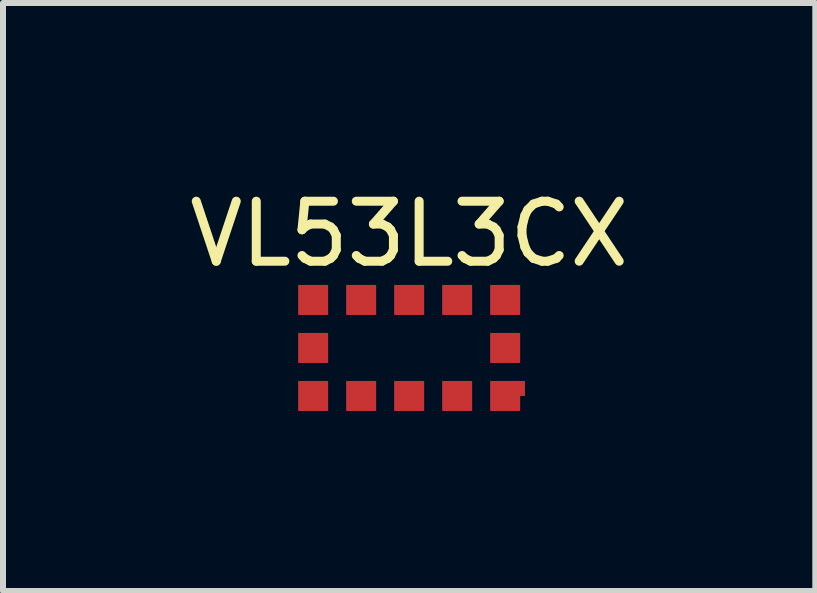
<source format=kicad_pcb>
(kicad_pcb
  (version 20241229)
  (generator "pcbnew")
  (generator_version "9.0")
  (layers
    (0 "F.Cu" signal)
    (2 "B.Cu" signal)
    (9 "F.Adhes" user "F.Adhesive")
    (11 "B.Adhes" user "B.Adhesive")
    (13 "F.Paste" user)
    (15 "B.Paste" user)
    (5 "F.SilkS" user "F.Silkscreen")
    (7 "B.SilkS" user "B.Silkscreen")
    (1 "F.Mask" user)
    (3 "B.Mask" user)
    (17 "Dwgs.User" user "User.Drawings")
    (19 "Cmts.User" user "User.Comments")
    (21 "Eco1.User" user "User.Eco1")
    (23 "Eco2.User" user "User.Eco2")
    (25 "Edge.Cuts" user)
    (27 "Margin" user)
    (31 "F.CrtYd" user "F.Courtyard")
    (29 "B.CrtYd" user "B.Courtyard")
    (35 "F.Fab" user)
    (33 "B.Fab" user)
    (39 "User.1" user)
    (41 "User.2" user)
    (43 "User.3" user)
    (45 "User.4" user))
  (footprint "VL53L3CX"
    (layer "F.Cu")
    (at 3.768 2.748)
    (property "Reference" "VL53L3CX" (at 0 -1.9 0) (unlocked yes) (layer "F.SilkS") (effects (font (size 1 1) (thickness 0.15))))
    (attr through_hole)
    (pad "1" smd custom (at 1.6 0.8) (size 0.5 0.5) (layers "F.Cu" "F.Mask" "F.Paste") (options (anchor rect)) (primitives (gr_poly (pts (xy 0.25 0) (xy 0.33 0) (xy 0.33 -0.25) (xy 0.25 -0.25)) (width 0) (fill yes))))
    (pad "2" smd rect (at 0.8 0.8) (size 0.5 0.5) (layers "F.Cu" "F.Mask" "F.Paste"))
    (pad "3" smd rect (at 0 0.8) (size 0.5 0.5) (layers "F.Cu" "F.Mask" "F.Paste"))
    (pad "4" smd rect (at -0.8 0.8) (size 0.5 0.5) (layers "F.Cu" "F.Mask" "F.Paste"))
    (pad "5" smd rect (at -1.6 0.8) (size 0.5 0.5) (layers "F.Cu" "F.Mask" "F.Paste"))
    (pad "6" smd rect (at -1.6 0) (size 0.5 0.5) (layers "F.Cu" "F.Mask" "F.Paste"))
    (pad "7" smd rect (at -1.6 -0.8) (size 0.5 0.5) (layers "F.Cu" "F.Mask" "F.Paste"))
    (pad "8" smd rect (at -0.8 -0.8) (size 0.5 0.5) (layers "F.Cu" "F.Mask" "F.Paste"))
    (pad "9" smd rect (at 0 -0.8) (size 0.5 0.5) (layers "F.Cu" "F.Mask" "F.Paste"))
    (pad "10" smd rect (at 0.8 -0.8) (size 0.5 0.5) (layers "F.Cu" "F.Mask" "F.Paste"))
    (pad "11" smd rect (at 1.6 -0.8) (size 0.5 0.5) (layers "F.Cu" "F.Mask" "F.Paste"))
    (pad "12" smd rect (at 1.6 0) (size 0.5 0.5) (layers "F.Cu" "F.Mask" "F.Paste")))
  (gr_rect
    (start -3 -3)
    (end 10.536 6.798)
    (stroke (width 0.1) (type default))
    (fill no)
    (layer "Edge.Cuts")))
</source>
